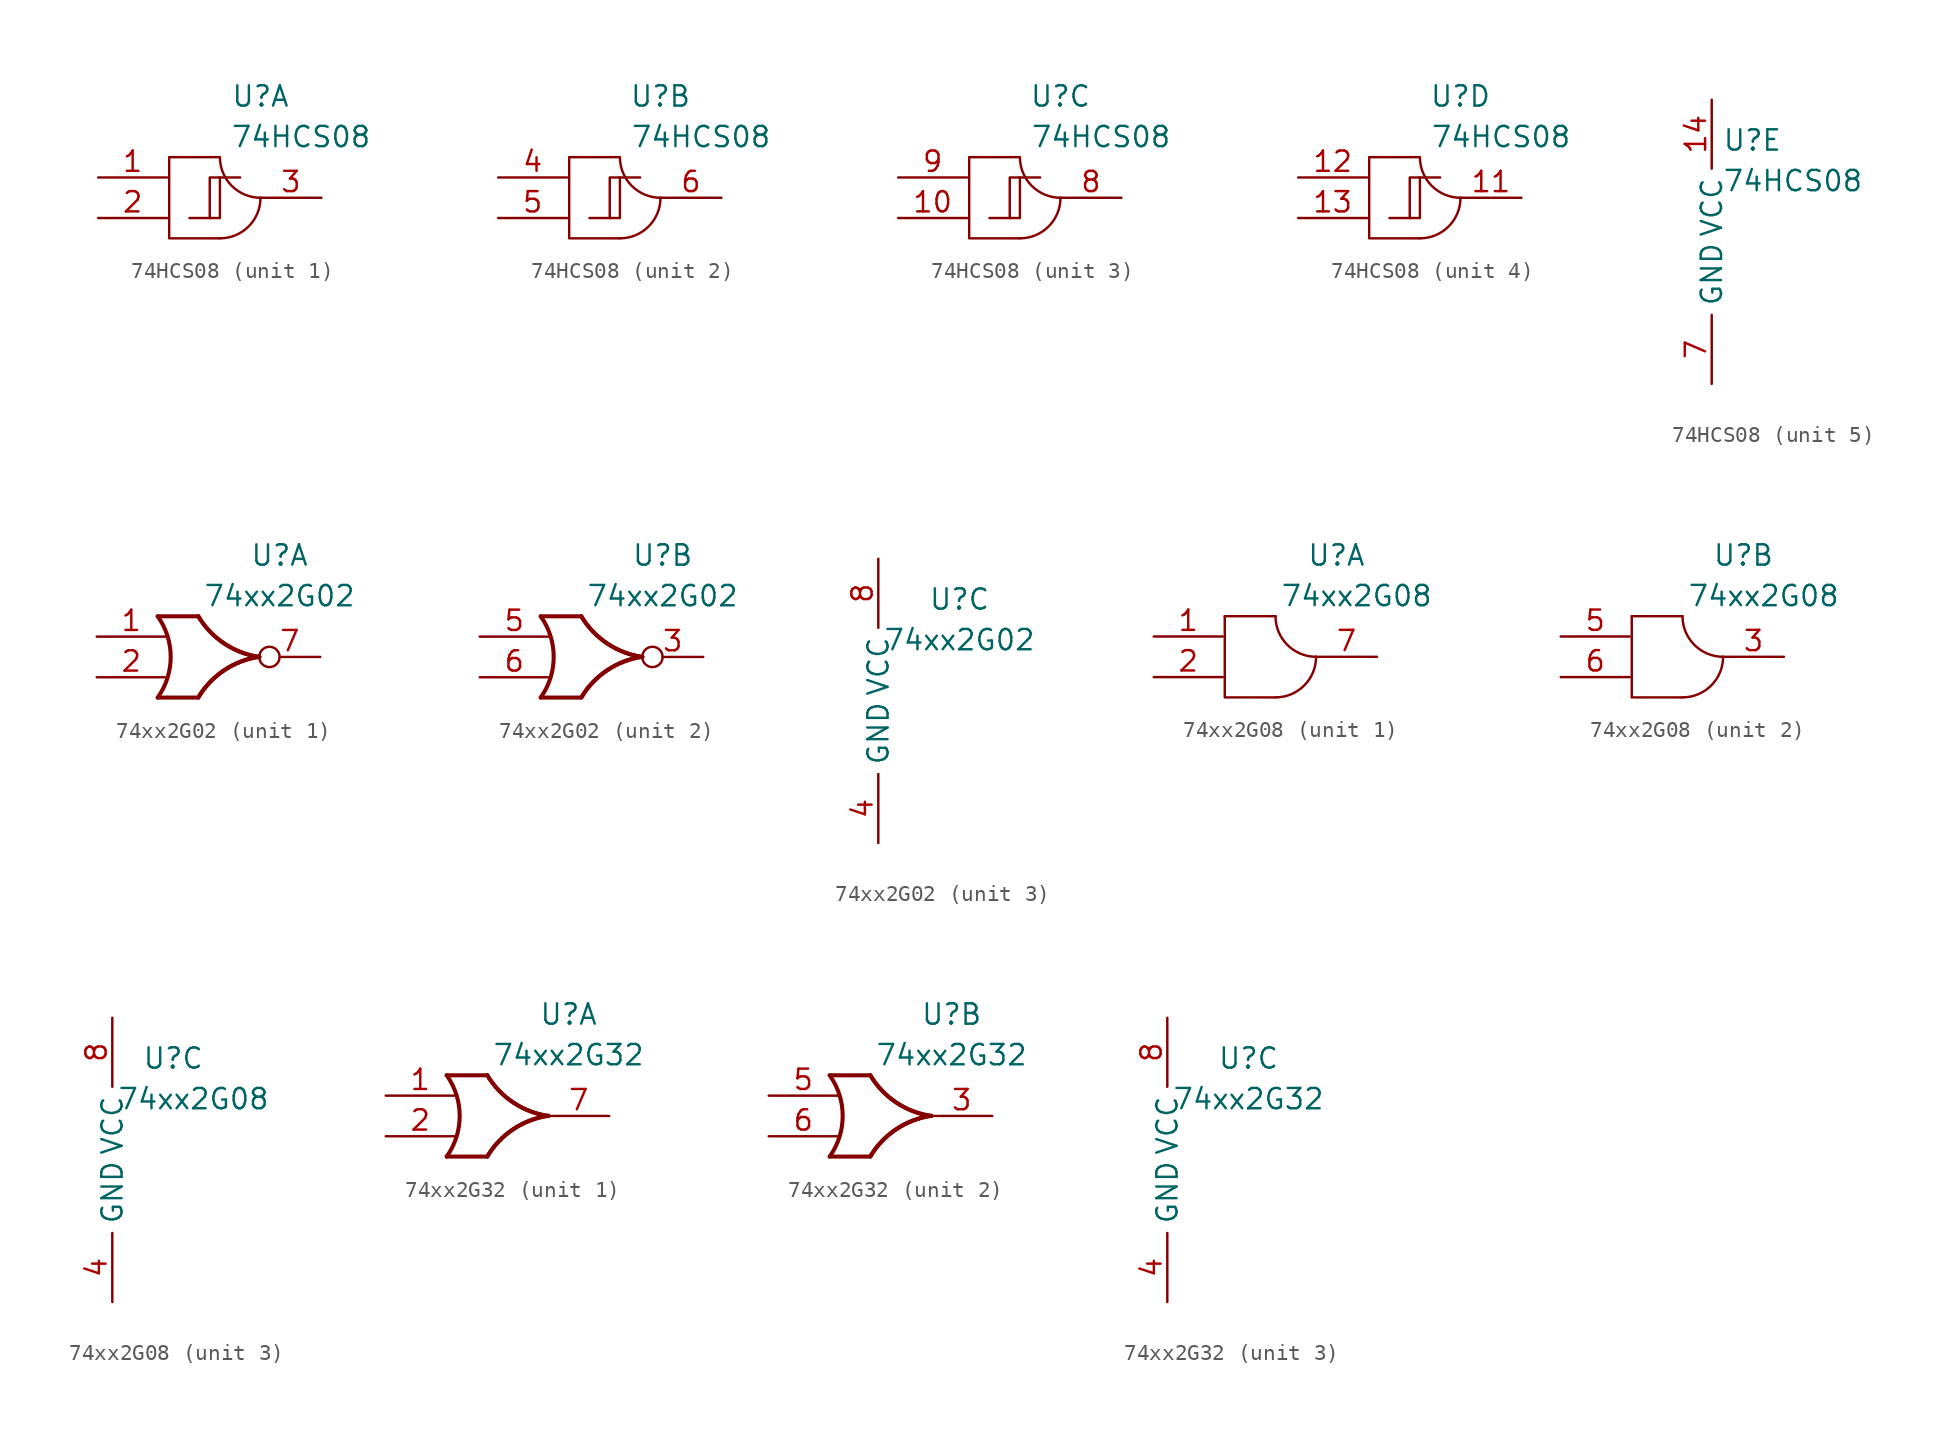
<source format=kicad_sym>
(kicad_symbol_lib
  (version 20211014)
  (generator kicad_symbol_editor)
  (symbol "74HCS08"
    (property "Reference" "U"
      (at 2.54 6.35 0)
      (effects (font (size 1.27 1.27))))
    (property "Value" "74HCS08"
      (at 5.08 3.81 0)
      (effects (font (size 1.27 1.27))))
    (symbol "74HCS08_1_1"
      (arc (start 0 -2.54) (mid 1.7961 -1.7961) (end 2.54 0) (stroke (width 0.1524) (type default) (color 0 0 0 0)) (fill (type none)))
      (polyline (pts (xy 0 2.54) (xy -3.175 2.54)) (stroke (width 0.152) (type default) (color 0 0 0 0)) (fill (type none)))
      (polyline (pts (xy -3.175 2.54) (xy -3.175 -2.54) (xy 0 -2.54)) (stroke (width 0.152) (type default) (color 0 0 0 0)) (fill (type none)))
      (polyline (pts (xy -0.635 -1.27) (xy 0 -1.27) (xy 0 1.27)) (stroke (width 0.152) (type default) (color 0 0 0 0)) (fill (type none)))
      (polyline (pts (xy -1.905 -1.27) (xy -1.27 -1.27) (xy -0.635 -1.27) (xy -0.635 1.27) (xy 1.27 1.27)) (stroke (width 0.152) (type default) (color 0 0 0 0)) (fill (type none)))
      (arc (start 0 2.54) (mid -1.7961 -1.7961) (end 2.54 0) (stroke (width 0.1524) (type default) (color 0 0 0 0)) (fill (type none)))
      (pin input line (at -7.62 1.27 0) (length 4.318) (name "~" (effects (font (size 1.27 1.27)))) (number "1" (effects (font (size 1.27 1.27)))))
      (pin input line (at -7.62 -1.27 0) (length 4.318) (name "~" (effects (font (size 1.27 1.27)))) (number "2" (effects (font (size 1.27 1.27)))))
      (pin output line (at 6.35 0 180) (length 3.81) (name "~" (effects (font (size 1.27 1.27)))) (number "3" (effects (font (size 1.27 1.27))))))
    (symbol "74HCS08_2_1"
      (arc (start 0 -2.54) (mid 1.7961 -1.7961) (end 2.54 0) (stroke (width 0.1524) (type default) (color 0 0 0 0)) (fill (type none)))
      (polyline (pts (xy 0 2.54) (xy -3.175 2.54)) (stroke (width 0.152) (type default) (color 0 0 0 0)) (fill (type none)))
      (polyline (pts (xy -3.175 2.54) (xy -3.175 -2.54) (xy 0 -2.54)) (stroke (width 0.152) (type default) (color 0 0 0 0)) (fill (type none)))
      (polyline (pts (xy -0.635 -1.27) (xy 0 -1.27) (xy 0 1.27)) (stroke (width 0.152) (type default) (color 0 0 0 0)) (fill (type none)))
      (polyline (pts (xy -1.905 -1.27) (xy -1.27 -1.27) (xy -0.635 -1.27) (xy -0.635 1.27) (xy 1.27 1.27)) (stroke (width 0.152) (type default) (color 0 0 0 0)) (fill (type none)))
      (arc (start 0 2.54) (mid -1.7961 -1.7961) (end 2.54 0) (stroke (width 0.1524) (type default) (color 0 0 0 0)) (fill (type none)))
      (pin input line (at -7.62 1.27 0) (length 4.318) (name "~" (effects (font (size 1.27 1.27)))) (number "4" (effects (font (size 1.27 1.27)))))
      (pin input line (at -7.62 -1.27 0) (length 4.318) (name "~" (effects (font (size 1.27 1.27)))) (number "5" (effects (font (size 1.27 1.27)))))
      (pin output line (at 6.35 0 180) (length 3.81) (name "~" (effects (font (size 1.27 1.27)))) (number "6" (effects (font (size 1.27 1.27))))))
    (symbol "74HCS08_3_1"
      (arc (start 0 -2.54) (mid 1.7961 -1.7961) (end 2.54 0) (stroke (width 0.1524) (type default) (color 0 0 0 0)) (fill (type none)))
      (polyline (pts (xy 0 2.54) (xy -3.175 2.54)) (stroke (width 0.152) (type default) (color 0 0 0 0)) (fill (type none)))
      (polyline (pts (xy -3.175 2.54) (xy -3.175 -2.54) (xy 0 -2.54)) (stroke (width 0.152) (type default) (color 0 0 0 0)) (fill (type none)))
      (polyline (pts (xy -0.635 -1.27) (xy 0 -1.27) (xy 0 1.27)) (stroke (width 0.152) (type default) (color 0 0 0 0)) (fill (type none)))
      (polyline (pts (xy -1.905 -1.27) (xy -1.27 -1.27) (xy -0.635 -1.27) (xy -0.635 1.27) (xy 1.27 1.27)) (stroke (width 0.152) (type default) (color 0 0 0 0)) (fill (type none)))
      (arc (start 0 2.54) (mid -1.7961 -1.7961) (end 2.54 0) (stroke (width 0.1524) (type default) (color 0 0 0 0)) (fill (type none)))
      (pin input line (at -7.62 -1.27 0) (length 4.318) (name "~" (effects (font (size 1.27 1.27)))) (number "10" (effects (font (size 1.27 1.27)))))
      (pin output line (at 6.35 0 180) (length 3.81) (name "~" (effects (font (size 1.27 1.27)))) (number "8" (effects (font (size 1.27 1.27)))))
      (pin input line (at -7.62 1.27 0) (length 4.318) (name "~" (effects (font (size 1.27 1.27)))) (number "9" (effects (font (size 1.27 1.27))))))
    (symbol "74HCS08_4_1"
      (arc (start 0 -2.54) (mid 1.7961 -1.7961) (end 2.54 0) (stroke (width 0.1524) (type default) (color 0 0 0 0)) (fill (type none)))
      (polyline (pts (xy 0 2.54) (xy -3.175 2.54)) (stroke (width 0.152) (type default) (color 0 0 0 0)) (fill (type none)))
      (polyline (pts (xy -3.175 2.54) (xy -3.175 -2.54) (xy 0 -2.54)) (stroke (width 0.152) (type default) (color 0 0 0 0)) (fill (type none)))
      (polyline (pts (xy -0.635 -1.27) (xy 0 -1.27) (xy 0 1.27)) (stroke (width 0.152) (type default) (color 0 0 0 0)) (fill (type none)))
      (polyline (pts (xy -1.905 -1.27) (xy -1.27 -1.27) (xy -0.635 -1.27) (xy -0.635 1.27) (xy 1.27 1.27)) (stroke (width 0.152) (type default) (color 0 0 0 0)) (fill (type none)))
      (arc (start 0 2.54) (mid -1.7961 -1.7961) (end 2.54 0) (stroke (width 0.1524) (type default) (color 0 0 0 0)) (fill (type none)))
      (pin output line (at 6.35 0 180) (length 3.81) (name "~" (effects (font (size 1.27 1.27)))) (number "11" (effects (font (size 1.27 1.27)))))
      (pin input line (at -7.62 1.27 0) (length 4.318) (name "~" (effects (font (size 1.27 1.27)))) (number "12" (effects (font (size 1.27 1.27)))))
      (pin input line (at -7.62 -1.27 0) (length 4.318) (name "~" (effects (font (size 1.27 1.27)))) (number "13" (effects (font (size 1.27 1.27))))))
    (symbol "74HCS08_5_1"
      (pin input line (at 0 8.89 270) (length 4.318) (name "VCC" (effects (font (size 1.27 1.27)))) (number "14" (effects (font (size 1.27 1.27)))))
      (pin input line (at 0 -8.89 90) (length 4.318) (name "GND" (effects (font (size 1.27 1.27)))) (number "7" (effects (font (size 1.27 1.27)))))))
  (symbol "74xx2G02"
    (property "Reference" "U"
      (at 5.08 6.35 0)
      (effects (font (size 1.27 1.27))))
    (property "Value" "74xx2G02"
      (at 5.08 3.81 0)
      (effects (font (size 1.27 1.27))))
    (symbol "74xx2G02_1_1"
      (arc (start -2.54 -2.54) (mid -1.7269 0) (end -2.54 2.54) (stroke (width 0.254) (type default) (color 0 0 0 0)) (fill (type none)))
      (polyline (pts (xy -2.54 -2.54) (xy 0 -2.54)) (stroke (width 0.254) (type default) (color 0 0 0 0)) (fill (type background)))
      (polyline (pts (xy -2.54 2.54) (xy 0 2.54)) (stroke (width 0.254) (type default) (color 0 0 0 0)) (fill (type background)))
      (arc (start 0 2.54) (mid -3.7182 -7.1648) (end 3.81 0) (stroke (width 0.25) (type default) (color 0 0 0 0)) (fill (type none)))
      (arc (start 0 2.54) (mid -3.7182 -7.1648) (end 3.81 0) (stroke (width 0.25) (type default) (color 0 0 0 0)) (fill (type none)))
      (arc (start 3.8112 0.0109) (mid -3.717 7.1757) (end 0.0012 -2.5291) (stroke (width 0.254) (type default) (color 0 0 0 0)) (fill (type none)))
      (arc (start 3.8112 0.0109) (mid -3.717 7.1757) (end 0.0012 -2.5291) (stroke (width 0.254) (type default) (color 0 0 0 0)) (fill (type none)))
      (pin input line (at -6.35 1.27 0) (length 4.318) (name "~" (effects (font (size 1.27 1.27)))) (number "1" (effects (font (size 1.27 1.27)))))
      (pin input line (at -6.35 -1.27 0) (length 4.318) (name "~" (effects (font (size 1.27 1.27)))) (number "2" (effects (font (size 1.27 1.27)))))
      (pin output inverted (at 7.62 0 180) (length 3.81) (name "~" (effects (font (size 1.27 1.27)))) (number "7" (effects (font (size 1.27 1.27))))))
    (symbol "74xx2G02_2_1"
      (arc (start -2.54 -2.54) (mid -1.7269 0) (end -2.54 2.54) (stroke (width 0.254) (type default) (color 0 0 0 0)) (fill (type none)))
      (polyline (pts (xy -2.54 -2.54) (xy 0 -2.54)) (stroke (width 0.254) (type default) (color 0 0 0 0)) (fill (type background)))
      (polyline (pts (xy -2.54 2.54) (xy 0 2.54)) (stroke (width 0.254) (type default) (color 0 0 0 0)) (fill (type background)))
      (arc (start 0 2.54) (mid -3.7182 -7.1648) (end 3.81 0) (stroke (width 0.25) (type default) (color 0 0 0 0)) (fill (type none)))
      (arc (start 0 2.54) (mid -3.7182 -7.1648) (end 3.81 0) (stroke (width 0.25) (type default) (color 0 0 0 0)) (fill (type none)))
      (arc (start 3.8112 0.0109) (mid -3.717 7.1757) (end 0.0012 -2.5291) (stroke (width 0.254) (type default) (color 0 0 0 0)) (fill (type none)))
      (arc (start 3.8112 0.0109) (mid -3.717 7.1757) (end 0.0012 -2.5291) (stroke (width 0.254) (type default) (color 0 0 0 0)) (fill (type none)))
      (pin output inverted (at 7.62 0 180) (length 3.81) (name "~" (effects (font (size 1.27 1.27)))) (number "3" (effects (font (size 1.27 1.27)))))
      (pin input line (at -6.35 1.27 0) (length 4.318) (name "~" (effects (font (size 1.27 1.27)))) (number "5" (effects (font (size 1.27 1.27)))))
      (pin input line (at -6.35 -1.27 0) (length 4.318) (name "~" (effects (font (size 1.27 1.27)))) (number "6" (effects (font (size 1.27 1.27))))))
    (symbol "74xx2G02_3_1"
      (pin input line (at 0 -8.89 90) (length 4.318) (name "GND" (effects (font (size 1.27 1.27)))) (number "4" (effects (font (size 1.27 1.27)))))
      (pin input line (at 0 8.89 270) (length 4.318) (name "VCC" (effects (font (size 1.27 1.27)))) (number "8" (effects (font (size 1.27 1.27)))))))
  (symbol "74xx2G08"
    (property "Reference" "U"
      (at 3.81 6.35 0)
      (effects (font (size 1.27 1.27))))
    (property "Value" "74xx2G08"
      (at 5.08 3.81 0)
      (effects (font (size 1.27 1.27))))
    (property "ki_locked" ""
      (at 0 0 0)
      (effects (font (size 1.27 1.27))))
    (symbol "74xx2G08_1_1"
      (arc (start 0 -2.54) (mid 1.7961 -1.7961) (end 2.54 0) (stroke (width 0.1524) (type default) (color 0 0 0 0)) (fill (type none)))
      (polyline (pts (xy 0 2.54) (xy -3.175 2.54)) (stroke (width 0.152) (type default) (color 0 0 0 0)) (fill (type none)))
      (polyline (pts (xy -3.175 2.54) (xy -3.175 -2.54) (xy 0 -2.54)) (stroke (width 0.152) (type default) (color 0 0 0 0)) (fill (type none)))
      (arc (start 0 2.54) (mid -1.7961 -1.7961) (end 2.54 0) (stroke (width 0.1524) (type default) (color 0 0 0 0)) (fill (type none)))
      (pin input line (at -7.62 1.27 0) (length 4.318) (name "~" (effects (font (size 1.27 1.27)))) (number "1" (effects (font (size 1.27 1.27)))))
      (pin input line (at -7.62 -1.27 0) (length 4.318) (name "~" (effects (font (size 1.27 1.27)))) (number "2" (effects (font (size 1.27 1.27)))))
      (pin output line (at 6.35 0 180) (length 3.81) (name "~" (effects (font (size 1.27 1.27)))) (number "7" (effects (font (size 1.27 1.27))))))
    (symbol "74xx2G08_2_1"
      (arc (start 0 -2.54) (mid 1.7961 -1.7961) (end 2.54 0) (stroke (width 0.1524) (type default) (color 0 0 0 0)) (fill (type none)))
      (polyline (pts (xy 0 2.54) (xy -3.175 2.54)) (stroke (width 0.152) (type default) (color 0 0 0 0)) (fill (type none)))
      (polyline (pts (xy -3.175 2.54) (xy -3.175 -2.54) (xy 0 -2.54)) (stroke (width 0.152) (type default) (color 0 0 0 0)) (fill (type none)))
      (arc (start 0 2.54) (mid -1.7961 -1.7961) (end 2.54 0) (stroke (width 0.1524) (type default) (color 0 0 0 0)) (fill (type none)))
      (pin output line (at 6.35 0 180) (length 3.81) (name "~" (effects (font (size 1.27 1.27)))) (number "3" (effects (font (size 1.27 1.27)))))
      (pin input line (at -7.62 1.27 0) (length 4.318) (name "~" (effects (font (size 1.27 1.27)))) (number "5" (effects (font (size 1.27 1.27)))))
      (pin input line (at -7.62 -1.27 0) (length 4.318) (name "~" (effects (font (size 1.27 1.27)))) (number "6" (effects (font (size 1.27 1.27))))))
    (symbol "74xx2G08_3_1"
      (pin input line (at 0 -8.89 90) (length 4.318) (name "GND" (effects (font (size 1.27 1.27)))) (number "4" (effects (font (size 1.27 1.27)))))
      (pin input line (at 0 8.89 270) (length 4.318) (name "VCC" (effects (font (size 1.27 1.27)))) (number "8" (effects (font (size 1.27 1.27)))))))
  (symbol "74xx2G32"
    (property "Reference" "U"
      (at 5.08 6.35 0)
      (effects (font (size 1.27 1.27))))
    (property "Value" "74xx2G32"
      (at 5.08 3.81 0)
      (effects (font (size 1.27 1.27))))
    (symbol "74xx2G32_1_1"
      (arc (start -2.54 -2.54) (mid -1.7269 0) (end -2.54 2.54) (stroke (width 0.254) (type default) (color 0 0 0 0)) (fill (type none)))
      (polyline (pts (xy -2.54 -2.54) (xy 0 -2.54)) (stroke (width 0.254) (type default) (color 0 0 0 0)) (fill (type background)))
      (polyline (pts (xy -2.54 2.54) (xy 0 2.54)) (stroke (width 0.254) (type default) (color 0 0 0 0)) (fill (type background)))
      (arc (start 0 2.54) (mid -3.7182 -7.1648) (end 3.81 0) (stroke (width 0.25) (type default) (color 0 0 0 0)) (fill (type none)))
      (arc (start 0 2.54) (mid -3.7182 -7.1648) (end 3.81 0) (stroke (width 0.25) (type default) (color 0 0 0 0)) (fill (type none)))
      (arc (start 3.8112 0.0109) (mid -3.717 7.1757) (end 0.0012 -2.5291) (stroke (width 0.254) (type default) (color 0 0 0 0)) (fill (type none)))
      (arc (start 3.8112 0.0109) (mid -3.717 7.1757) (end 0.0012 -2.5291) (stroke (width 0.254) (type default) (color 0 0 0 0)) (fill (type none)))
      (pin input line (at -6.35 1.27 0) (length 4.318) (name "~" (effects (font (size 1.27 1.27)))) (number "1" (effects (font (size 1.27 1.27)))))
      (pin input line (at -6.35 -1.27 0) (length 4.318) (name "~" (effects (font (size 1.27 1.27)))) (number "2" (effects (font (size 1.27 1.27)))))
      (pin output line (at 7.62 0 180) (length 3.81) (name "~" (effects (font (size 1.27 1.27)))) (number "7" (effects (font (size 1.27 1.27))))))
    (symbol "74xx2G32_2_1"
      (arc (start -2.54 -2.54) (mid -1.7269 0) (end -2.54 2.54) (stroke (width 0.254) (type default) (color 0 0 0 0)) (fill (type none)))
      (polyline (pts (xy -2.54 -2.54) (xy 0 -2.54)) (stroke (width 0.254) (type default) (color 0 0 0 0)) (fill (type background)))
      (polyline (pts (xy -2.54 2.54) (xy 0 2.54)) (stroke (width 0.254) (type default) (color 0 0 0 0)) (fill (type background)))
      (arc (start 0 2.54) (mid -3.7182 -7.1648) (end 3.81 0) (stroke (width 0.25) (type default) (color 0 0 0 0)) (fill (type none)))
      (arc (start 0 2.54) (mid -3.7182 -7.1648) (end 3.81 0) (stroke (width 0.25) (type default) (color 0 0 0 0)) (fill (type none)))
      (arc (start 3.8112 0.0109) (mid -3.717 7.1757) (end 0.0012 -2.5291) (stroke (width 0.254) (type default) (color 0 0 0 0)) (fill (type none)))
      (arc (start 3.8112 0.0109) (mid -3.717 7.1757) (end 0.0012 -2.5291) (stroke (width 0.254) (type default) (color 0 0 0 0)) (fill (type none)))
      (pin output line (at 7.62 0 180) (length 3.81) (name "~" (effects (font (size 1.27 1.27)))) (number "3" (effects (font (size 1.27 1.27)))))
      (pin input line (at -6.35 1.27 0) (length 4.318) (name "~" (effects (font (size 1.27 1.27)))) (number "5" (effects (font (size 1.27 1.27)))))
      (pin input line (at -6.35 -1.27 0) (length 4.318) (name "~" (effects (font (size 1.27 1.27)))) (number "6" (effects (font (size 1.27 1.27))))))
    (symbol "74xx2G32_3_1"
      (pin input line (at 0 -8.89 90) (length 4.318) (name "GND" (effects (font (size 1.27 1.27)))) (number "4" (effects (font (size 1.27 1.27)))))
      (pin input line (at 0 8.89 270) (length 4.318) (name "VCC" (effects (font (size 1.27 1.27)))) (number "8" (effects (font (size 1.27 1.27))))))))
</source>
